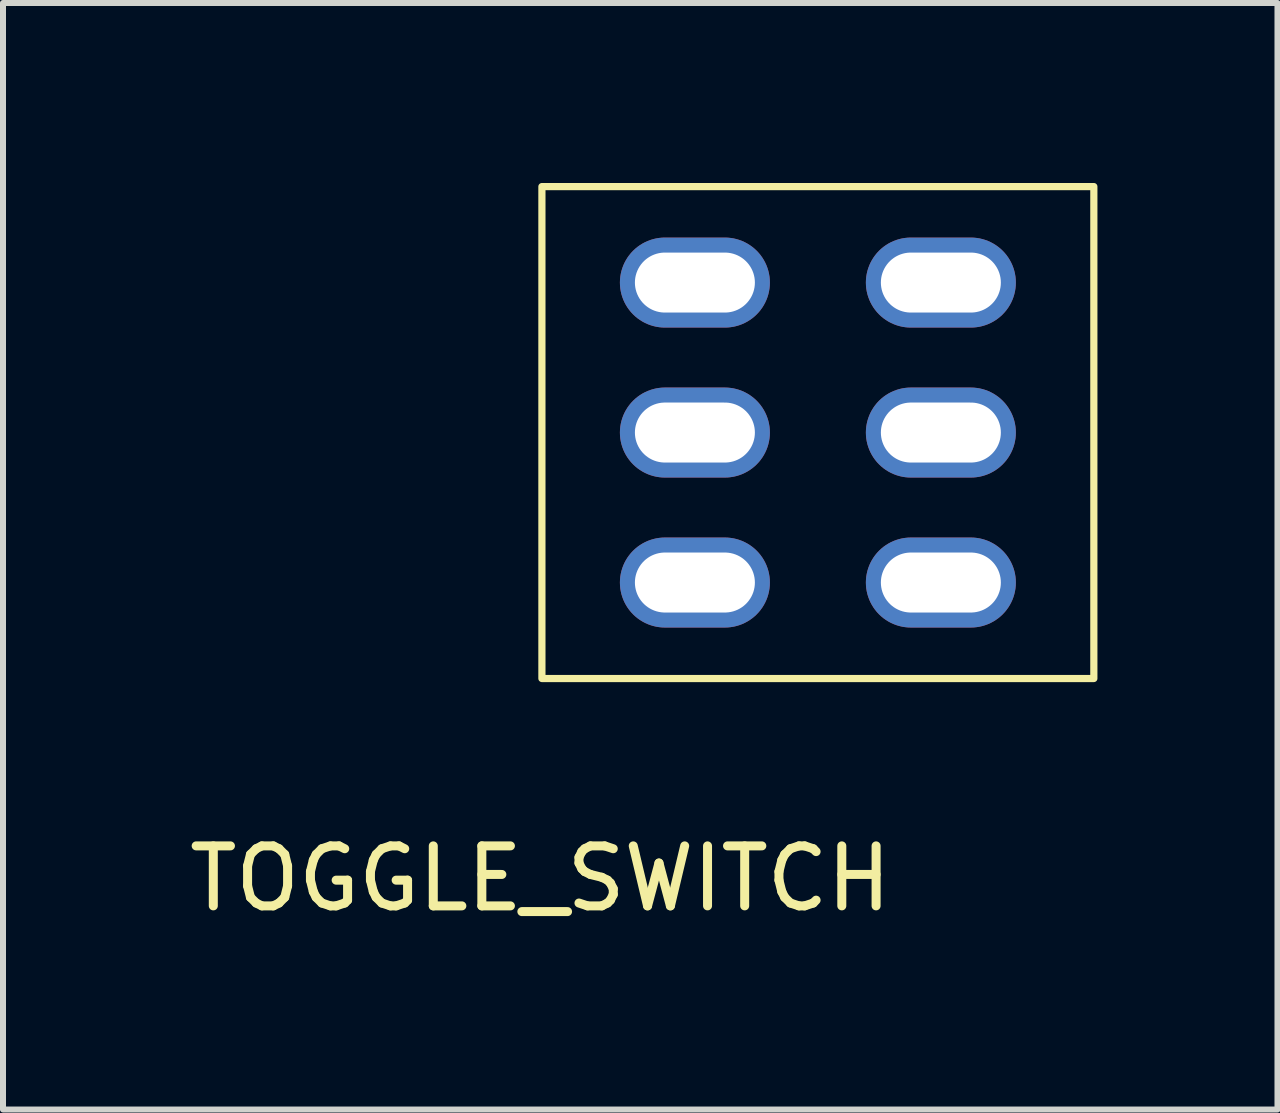
<source format=kicad_pcb>
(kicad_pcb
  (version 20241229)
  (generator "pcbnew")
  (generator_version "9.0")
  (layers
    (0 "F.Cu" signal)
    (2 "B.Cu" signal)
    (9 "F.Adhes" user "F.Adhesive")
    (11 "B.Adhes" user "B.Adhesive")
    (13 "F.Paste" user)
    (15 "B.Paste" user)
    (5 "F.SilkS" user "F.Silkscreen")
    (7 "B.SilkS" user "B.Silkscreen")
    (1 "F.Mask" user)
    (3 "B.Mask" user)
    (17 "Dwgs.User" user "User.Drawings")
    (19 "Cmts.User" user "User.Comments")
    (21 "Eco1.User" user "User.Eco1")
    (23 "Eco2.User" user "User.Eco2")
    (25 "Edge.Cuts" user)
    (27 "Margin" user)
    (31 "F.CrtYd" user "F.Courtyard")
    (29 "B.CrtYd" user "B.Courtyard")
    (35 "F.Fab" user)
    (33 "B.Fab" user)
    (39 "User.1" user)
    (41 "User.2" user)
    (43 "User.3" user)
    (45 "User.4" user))
  (footprint "TOGGLE_SWITCH"
    (layer "F.Cu")
    (at 5.958 12.095)
    (property "Reference" "TOGGLE_SWITCH" (at 0 -0.5 0) (unlocked yes) (layer "F.SilkS") (effects (font (size 1 1) (thickness 0.15))))
    (attr through_hole)
    (fp_rect (start 9.225 -3.835) (end 0.025 -12.035) (stroke (width 0.12) (type solid)) (fill no) (layer "F.SilkS"))
    (pad "1" thru_hole oval (at 2.575 -5.435) (size 2.5 1.5) (drill oval 2 1) (layers "*.Cu" "*.Mask"))
    (pad "2" thru_hole oval (at 2.575 -10.435) (size 2.5 1.5) (drill oval 2 1) (layers "*.Cu" "*.Mask"))
    (pad "3" thru_hole oval (at 2.575 -7.935) (size 2.5 1.5) (drill oval 2 1) (layers "*.Cu" "*.Mask"))
    (pad "4" thru_hole oval (at 6.675 -5.435) (size 2.5 1.5) (drill oval 2 1) (layers "*.Cu" "*.Mask"))
    (pad "5" thru_hole oval (at 6.675 -10.435) (size 2.5 1.5) (drill oval 2 1) (layers "*.Cu" "*.Mask"))
    (pad "6" thru_hole oval (at 6.675 -7.935) (size 2.5 1.5) (drill oval 2 1) (layers "*.Cu" "*.Mask")))
  (gr_rect
    (start -3 -3)
    (end 18.244 15.444)
    (stroke (width 0.1) (type default))
    (fill no)
    (layer "Edge.Cuts")))
</source>
